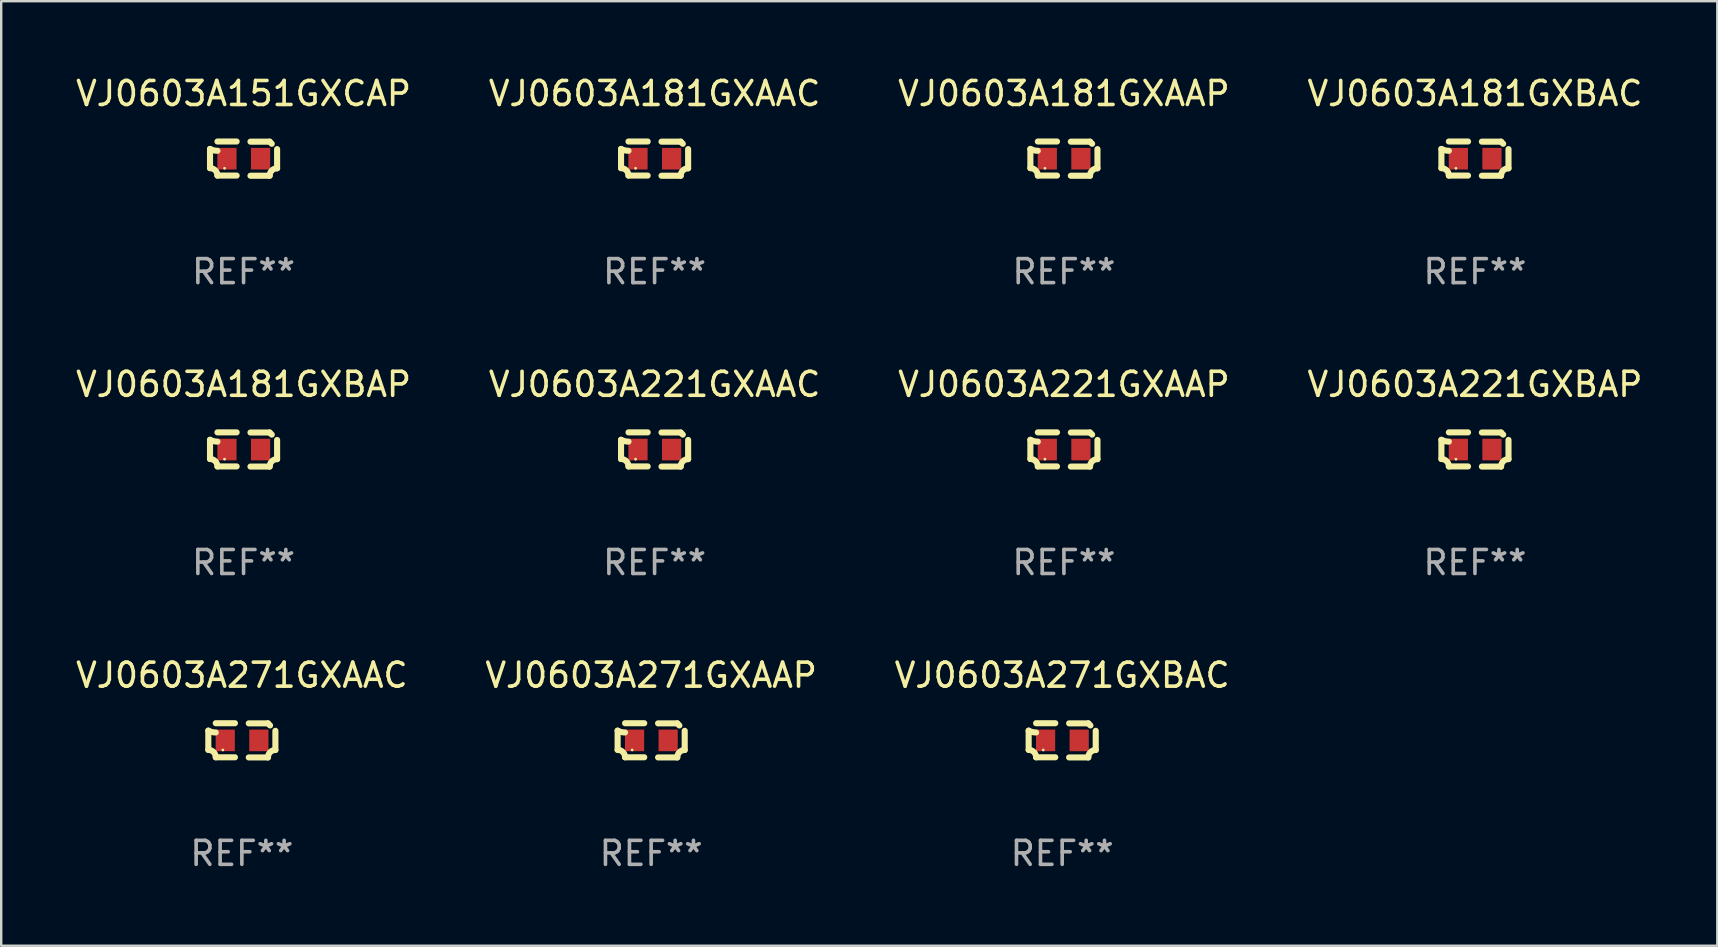
<source format=kicad_pcb>
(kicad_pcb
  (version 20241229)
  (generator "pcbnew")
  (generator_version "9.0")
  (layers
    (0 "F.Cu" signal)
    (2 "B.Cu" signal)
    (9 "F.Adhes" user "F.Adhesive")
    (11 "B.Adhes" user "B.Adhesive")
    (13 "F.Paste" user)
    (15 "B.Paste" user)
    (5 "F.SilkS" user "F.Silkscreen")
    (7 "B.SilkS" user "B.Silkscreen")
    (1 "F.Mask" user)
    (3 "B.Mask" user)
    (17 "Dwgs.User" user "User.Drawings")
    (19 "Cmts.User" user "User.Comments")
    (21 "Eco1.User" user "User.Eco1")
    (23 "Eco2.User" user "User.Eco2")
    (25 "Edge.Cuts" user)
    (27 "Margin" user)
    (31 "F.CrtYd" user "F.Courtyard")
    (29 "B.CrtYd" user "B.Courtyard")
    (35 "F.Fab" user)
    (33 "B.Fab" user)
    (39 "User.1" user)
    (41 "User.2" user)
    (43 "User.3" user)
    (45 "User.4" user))
  (footprint "VJ0603A271GXBAC"
    (layer "F.Cu")
    (at 41.22 27.805)
    (property "Reference" "VJ0603A271GXBAC" (at 0 -2.713 0) (layer "F.SilkS") (effects (font (size 1 1) (thickness 0.15))))
    (attr through_hole)
    (fp_line (start -1.398 -0.403) (end -1.398 0.397) (stroke (width 0.254) (type solid)) (layer "F.SilkS"))
    (fp_line (start -0.288 -0.713) (end -1.088 -0.713) (stroke (width 0.254) (type solid)) (layer "F.SilkS"))
    (fp_line (start -0.288 0.707) (end -1.088 0.707) (stroke (width 0.254) (type solid)) (layer "F.SilkS"))
    (fp_line (start 0.288 -0.707) (end 1.088 -0.707) (stroke (width 0.254) (type solid)) (layer "F.SilkS"))
    (fp_line (start 0.288 0.713) (end 1.088 0.713) (stroke (width 0.254) (type solid)) (layer "F.SilkS"))
    (fp_line (start 1.398 -0.397) (end 1.398 0.403) (stroke (width 0.254) (type solid)) (layer "F.SilkS"))
    (fp_arc (start -1.397789 0.397066) (mid -1.178701 0.487826) (end -1.08796 0.706922) (stroke (width 0.254001) (type solid)) (layer "F.SilkS"))
    (fp_arc (start -1.08796 -0.327176) (mid -1.247436 -0.346384) (end -1.39779 -0.402908) (stroke (width 0.254001) (type solid)) (layer "F.SilkS"))
    (fp_arc (start 1.087909 0.712738) (mid 1.178656 0.493655) (end 1.397739 0.402908) (stroke (width 0.254001) (type solid)) (layer "F.SilkS"))
    (fp_arc (start 1.175925 -0.618926) (mid 1.131917 -0.662923) (end 1.08791 -0.706922) (stroke (width 0.254001) (type solid)) (layer "F.SilkS"))
    (fp_circle (center -0.792 0.403) (end -0.762 0.403) (stroke (width 0.06) (type solid)) (fill no) (layer "F.SilkS"))
    (fp_text user "REF**" (at 0 4.713 0) (layer "F.Fab") (effects (font (size 1 1) (thickness 0.15))))
    (pad "1" smd rect (at -0.692 0.003) (size 0.8 0.9) (layers "F.Cu" "F.Mask" "F.Paste"))
    (pad "2" smd rect (at 0.708 0.003) (size 0.8 0.9) (layers "F.Cu" "F.Mask" "F.Paste")))
  (footprint "VJ0603A181GXBAC"
    (layer "F.Cu")
    (at 58.423 3.561)
    (property "Reference" "VJ0603A181GXBAC" (at 0 -2.713 0) (layer "F.SilkS") (effects (font (size 1 1) (thickness 0.15))))
    (attr through_hole)
    (fp_line (start -1.398 -0.403) (end -1.398 0.397) (stroke (width 0.254) (type solid)) (layer "F.SilkS"))
    (fp_line (start -0.288 -0.713) (end -1.088 -0.713) (stroke (width 0.254) (type solid)) (layer "F.SilkS"))
    (fp_line (start -0.288 0.707) (end -1.088 0.707) (stroke (width 0.254) (type solid)) (layer "F.SilkS"))
    (fp_line (start 0.288 -0.707) (end 1.088 -0.707) (stroke (width 0.254) (type solid)) (layer "F.SilkS"))
    (fp_line (start 0.288 0.713) (end 1.088 0.713) (stroke (width 0.254) (type solid)) (layer "F.SilkS"))
    (fp_line (start 1.398 -0.397) (end 1.398 0.403) (stroke (width 0.254) (type solid)) (layer "F.SilkS"))
    (fp_arc (start -1.397789 0.397066) (mid -1.178701 0.487826) (end -1.08796 0.706922) (stroke (width 0.254001) (type solid)) (layer "F.SilkS"))
    (fp_arc (start -1.08796 -0.327176) (mid -1.247436 -0.346384) (end -1.39779 -0.402908) (stroke (width 0.254001) (type solid)) (layer "F.SilkS"))
    (fp_arc (start 1.087909 0.712738) (mid 1.178656 0.493655) (end 1.397739 0.402908) (stroke (width 0.254001) (type solid)) (layer "F.SilkS"))
    (fp_arc (start 1.175925 -0.618926) (mid 1.131917 -0.662923) (end 1.08791 -0.706922) (stroke (width 0.254001) (type solid)) (layer "F.SilkS"))
    (fp_circle (center -0.792 0.403) (end -0.762 0.403) (stroke (width 0.06) (type solid)) (fill no) (layer "F.SilkS"))
    (fp_text user "REF**" (at 0 4.713 0) (layer "F.Fab") (effects (font (size 1 1) (thickness 0.15))))
    (pad "1" smd rect (at -0.692 0.003) (size 0.8 0.9) (layers "F.Cu" "F.Mask" "F.Paste"))
    (pad "2" smd rect (at 0.708 0.003) (size 0.8 0.9) (layers "F.Cu" "F.Mask" "F.Paste")))
  (footprint "VJ0603A181GXBAP"
    (layer "F.Cu")
    (at 7.101 15.683)
    (property "Reference" "VJ0603A181GXBAP" (at 0 -2.713 0) (layer "F.SilkS") (effects (font (size 1 1) (thickness 0.15))))
    (attr through_hole)
    (fp_line (start -1.398 -0.403) (end -1.398 0.397) (stroke (width 0.254) (type solid)) (layer "F.SilkS"))
    (fp_line (start -0.288 -0.713) (end -1.088 -0.713) (stroke (width 0.254) (type solid)) (layer "F.SilkS"))
    (fp_line (start -0.288 0.707) (end -1.088 0.707) (stroke (width 0.254) (type solid)) (layer "F.SilkS"))
    (fp_line (start 0.288 -0.707) (end 1.088 -0.707) (stroke (width 0.254) (type solid)) (layer "F.SilkS"))
    (fp_line (start 0.288 0.713) (end 1.088 0.713) (stroke (width 0.254) (type solid)) (layer "F.SilkS"))
    (fp_line (start 1.398 -0.397) (end 1.398 0.403) (stroke (width 0.254) (type solid)) (layer "F.SilkS"))
    (fp_arc (start -1.397789 0.397066) (mid -1.178701 0.487826) (end -1.08796 0.706922) (stroke (width 0.254001) (type solid)) (layer "F.SilkS"))
    (fp_arc (start -1.08796 -0.327176) (mid -1.247436 -0.346384) (end -1.39779 -0.402908) (stroke (width 0.254001) (type solid)) (layer "F.SilkS"))
    (fp_arc (start 1.087909 0.712738) (mid 1.178656 0.493655) (end 1.397739 0.402908) (stroke (width 0.254001) (type solid)) (layer "F.SilkS"))
    (fp_arc (start 1.175925 -0.618926) (mid 1.131917 -0.662923) (end 1.08791 -0.706922) (stroke (width 0.254001) (type solid)) (layer "F.SilkS"))
    (fp_circle (center -0.792 0.403) (end -0.762 0.403) (stroke (width 0.06) (type solid)) (fill no) (layer "F.SilkS"))
    (fp_text user "REF**" (at 0 4.713 0) (layer "F.Fab") (effects (font (size 1 1) (thickness 0.15))))
    (pad "1" smd rect (at -0.692 0.003) (size 0.8 0.9) (layers "F.Cu" "F.Mask" "F.Paste"))
    (pad "2" smd rect (at 0.708 0.003) (size 0.8 0.9) (layers "F.Cu" "F.Mask" "F.Paste")))
  (footprint "VJ0603A221GXBAP"
    (layer "F.Cu")
    (at 58.423 15.683)
    (property "Reference" "VJ0603A221GXBAP" (at 0 -2.713 0) (layer "F.SilkS") (effects (font (size 1 1) (thickness 0.15))))
    (attr through_hole)
    (fp_line (start -1.398 -0.403) (end -1.398 0.397) (stroke (width 0.254) (type solid)) (layer "F.SilkS"))
    (fp_line (start -0.288 -0.713) (end -1.088 -0.713) (stroke (width 0.254) (type solid)) (layer "F.SilkS"))
    (fp_line (start -0.288 0.707) (end -1.088 0.707) (stroke (width 0.254) (type solid)) (layer "F.SilkS"))
    (fp_line (start 0.288 -0.707) (end 1.088 -0.707) (stroke (width 0.254) (type solid)) (layer "F.SilkS"))
    (fp_line (start 0.288 0.713) (end 1.088 0.713) (stroke (width 0.254) (type solid)) (layer "F.SilkS"))
    (fp_line (start 1.398 -0.397) (end 1.398 0.403) (stroke (width 0.254) (type solid)) (layer "F.SilkS"))
    (fp_arc (start -1.397789 0.397066) (mid -1.178701 0.487826) (end -1.08796 0.706922) (stroke (width 0.254001) (type solid)) (layer "F.SilkS"))
    (fp_arc (start -1.08796 -0.327176) (mid -1.247436 -0.346384) (end -1.39779 -0.402908) (stroke (width 0.254001) (type solid)) (layer "F.SilkS"))
    (fp_arc (start 1.087909 0.712738) (mid 1.178656 0.493655) (end 1.397739 0.402908) (stroke (width 0.254001) (type solid)) (layer "F.SilkS"))
    (fp_arc (start 1.175925 -0.618926) (mid 1.131917 -0.662923) (end 1.08791 -0.706922) (stroke (width 0.254001) (type solid)) (layer "F.SilkS"))
    (fp_circle (center -0.792 0.403) (end -0.762 0.403) (stroke (width 0.06) (type solid)) (fill no) (layer "F.SilkS"))
    (fp_text user "REF**" (at 0 4.713 0) (layer "F.Fab") (effects (font (size 1 1) (thickness 0.15))))
    (pad "1" smd rect (at -0.692 0.003) (size 0.8 0.9) (layers "F.Cu" "F.Mask" "F.Paste"))
    (pad "2" smd rect (at 0.708 0.003) (size 0.8 0.9) (layers "F.Cu" "F.Mask" "F.Paste")))
  (footprint "VJ0603A271GXAAP"
    (layer "F.Cu")
    (at 24.089 27.805)
    (property "Reference" "VJ0603A271GXAAP" (at 0 -2.713 0) (layer "F.SilkS") (effects (font (size 1 1) (thickness 0.15))))
    (attr through_hole)
    (fp_line (start -1.398 -0.403) (end -1.398 0.397) (stroke (width 0.254) (type solid)) (layer "F.SilkS"))
    (fp_line (start -0.288 -0.713) (end -1.088 -0.713) (stroke (width 0.254) (type solid)) (layer "F.SilkS"))
    (fp_line (start -0.288 0.707) (end -1.088 0.707) (stroke (width 0.254) (type solid)) (layer "F.SilkS"))
    (fp_line (start 0.288 -0.707) (end 1.088 -0.707) (stroke (width 0.254) (type solid)) (layer "F.SilkS"))
    (fp_line (start 0.288 0.713) (end 1.088 0.713) (stroke (width 0.254) (type solid)) (layer "F.SilkS"))
    (fp_line (start 1.398 -0.397) (end 1.398 0.403) (stroke (width 0.254) (type solid)) (layer "F.SilkS"))
    (fp_arc (start -1.397789 0.397066) (mid -1.178701 0.487826) (end -1.08796 0.706922) (stroke (width 0.254001) (type solid)) (layer "F.SilkS"))
    (fp_arc (start -1.08796 -0.327176) (mid -1.247436 -0.346384) (end -1.39779 -0.402908) (stroke (width 0.254001) (type solid)) (layer "F.SilkS"))
    (fp_arc (start 1.087909 0.712738) (mid 1.178656 0.493655) (end 1.397739 0.402908) (stroke (width 0.254001) (type solid)) (layer "F.SilkS"))
    (fp_arc (start 1.175925 -0.618926) (mid 1.131917 -0.662923) (end 1.08791 -0.706922) (stroke (width 0.254001) (type solid)) (layer "F.SilkS"))
    (fp_circle (center -0.792 0.403) (end -0.762 0.403) (stroke (width 0.06) (type solid)) (fill no) (layer "F.SilkS"))
    (fp_text user "REF**" (at 0 4.713 0) (layer "F.Fab") (effects (font (size 1 1) (thickness 0.15))))
    (pad "1" smd rect (at -0.692 0.003) (size 0.8 0.9) (layers "F.Cu" "F.Mask" "F.Paste"))
    (pad "2" smd rect (at 0.708 0.003) (size 0.8 0.9) (layers "F.Cu" "F.Mask" "F.Paste")))
  (footprint "VJ0603A181GXAAP"
    (layer "F.Cu")
    (at 41.292 3.561)
    (property "Reference" "VJ0603A181GXAAP" (at 0 -2.713 0) (layer "F.SilkS") (effects (font (size 1 1) (thickness 0.15))))
    (attr through_hole)
    (fp_line (start -1.398 -0.403) (end -1.398 0.397) (stroke (width 0.254) (type solid)) (layer "F.SilkS"))
    (fp_line (start -0.288 -0.713) (end -1.088 -0.713) (stroke (width 0.254) (type solid)) (layer "F.SilkS"))
    (fp_line (start -0.288 0.707) (end -1.088 0.707) (stroke (width 0.254) (type solid)) (layer "F.SilkS"))
    (fp_line (start 0.288 -0.707) (end 1.088 -0.707) (stroke (width 0.254) (type solid)) (layer "F.SilkS"))
    (fp_line (start 0.288 0.713) (end 1.088 0.713) (stroke (width 0.254) (type solid)) (layer "F.SilkS"))
    (fp_line (start 1.398 -0.397) (end 1.398 0.403) (stroke (width 0.254) (type solid)) (layer "F.SilkS"))
    (fp_arc (start -1.397789 0.397066) (mid -1.178701 0.487826) (end -1.08796 0.706922) (stroke (width 0.254001) (type solid)) (layer "F.SilkS"))
    (fp_arc (start -1.08796 -0.327176) (mid -1.247436 -0.346384) (end -1.39779 -0.402908) (stroke (width 0.254001) (type solid)) (layer "F.SilkS"))
    (fp_arc (start 1.087909 0.712738) (mid 1.178656 0.493655) (end 1.397739 0.402908) (stroke (width 0.254001) (type solid)) (layer "F.SilkS"))
    (fp_arc (start 1.175925 -0.618926) (mid 1.131917 -0.662923) (end 1.08791 -0.706922) (stroke (width 0.254001) (type solid)) (layer "F.SilkS"))
    (fp_circle (center -0.792 0.403) (end -0.762 0.403) (stroke (width 0.06) (type solid)) (fill no) (layer "F.SilkS"))
    (fp_text user "REF**" (at 0 4.713 0) (layer "F.Fab") (effects (font (size 1 1) (thickness 0.15))))
    (pad "1" smd rect (at -0.692 0.003) (size 0.8 0.9) (layers "F.Cu" "F.Mask" "F.Paste"))
    (pad "2" smd rect (at 0.708 0.003) (size 0.8 0.9) (layers "F.Cu" "F.Mask" "F.Paste")))
  (footprint "VJ0603A221GXAAC"
    (layer "F.Cu")
    (at 24.232 15.683)
    (property "Reference" "VJ0603A221GXAAC" (at 0 -2.713 0) (layer "F.SilkS") (effects (font (size 1 1) (thickness 0.15))))
    (attr through_hole)
    (fp_line (start -1.398 -0.403) (end -1.398 0.397) (stroke (width 0.254) (type solid)) (layer "F.SilkS"))
    (fp_line (start -0.288 -0.713) (end -1.088 -0.713) (stroke (width 0.254) (type solid)) (layer "F.SilkS"))
    (fp_line (start -0.288 0.707) (end -1.088 0.707) (stroke (width 0.254) (type solid)) (layer "F.SilkS"))
    (fp_line (start 0.288 -0.707) (end 1.088 -0.707) (stroke (width 0.254) (type solid)) (layer "F.SilkS"))
    (fp_line (start 0.288 0.713) (end 1.088 0.713) (stroke (width 0.254) (type solid)) (layer "F.SilkS"))
    (fp_line (start 1.398 -0.397) (end 1.398 0.403) (stroke (width 0.254) (type solid)) (layer "F.SilkS"))
    (fp_arc (start -1.397789 0.397066) (mid -1.178701 0.487826) (end -1.08796 0.706922) (stroke (width 0.254001) (type solid)) (layer "F.SilkS"))
    (fp_arc (start -1.08796 -0.327176) (mid -1.247436 -0.346384) (end -1.39779 -0.402908) (stroke (width 0.254001) (type solid)) (layer "F.SilkS"))
    (fp_arc (start 1.087909 0.712738) (mid 1.178656 0.493655) (end 1.397739 0.402908) (stroke (width 0.254001) (type solid)) (layer "F.SilkS"))
    (fp_arc (start 1.175925 -0.618926) (mid 1.131917 -0.662923) (end 1.08791 -0.706922) (stroke (width 0.254001) (type solid)) (layer "F.SilkS"))
    (fp_circle (center -0.792 0.403) (end -0.762 0.403) (stroke (width 0.06) (type solid)) (fill no) (layer "F.SilkS"))
    (fp_text user "REF**" (at 0 4.713 0) (layer "F.Fab") (effects (font (size 1 1) (thickness 0.15))))
    (pad "1" smd rect (at -0.692 0.003) (size 0.8 0.9) (layers "F.Cu" "F.Mask" "F.Paste"))
    (pad "2" smd rect (at 0.708 0.003) (size 0.8 0.9) (layers "F.Cu" "F.Mask" "F.Paste")))
  (footprint "VJ0603A221GXAAP"
    (layer "F.Cu")
    (at 41.292 15.683)
    (property "Reference" "VJ0603A221GXAAP" (at 0 -2.713 0) (layer "F.SilkS") (effects (font (size 1 1) (thickness 0.15))))
    (attr through_hole)
    (fp_line (start -1.398 -0.403) (end -1.398 0.397) (stroke (width 0.254) (type solid)) (layer "F.SilkS"))
    (fp_line (start -0.288 -0.713) (end -1.088 -0.713) (stroke (width 0.254) (type solid)) (layer "F.SilkS"))
    (fp_line (start -0.288 0.707) (end -1.088 0.707) (stroke (width 0.254) (type solid)) (layer "F.SilkS"))
    (fp_line (start 0.288 -0.707) (end 1.088 -0.707) (stroke (width 0.254) (type solid)) (layer "F.SilkS"))
    (fp_line (start 0.288 0.713) (end 1.088 0.713) (stroke (width 0.254) (type solid)) (layer "F.SilkS"))
    (fp_line (start 1.398 -0.397) (end 1.398 0.403) (stroke (width 0.254) (type solid)) (layer "F.SilkS"))
    (fp_arc (start -1.397789 0.397066) (mid -1.178701 0.487826) (end -1.08796 0.706922) (stroke (width 0.254001) (type solid)) (layer "F.SilkS"))
    (fp_arc (start -1.08796 -0.327176) (mid -1.247436 -0.346384) (end -1.39779 -0.402908) (stroke (width 0.254001) (type solid)) (layer "F.SilkS"))
    (fp_arc (start 1.087909 0.712738) (mid 1.178656 0.493655) (end 1.397739 0.402908) (stroke (width 0.254001) (type solid)) (layer "F.SilkS"))
    (fp_arc (start 1.175925 -0.618926) (mid 1.131917 -0.662923) (end 1.08791 -0.706922) (stroke (width 0.254001) (type solid)) (layer "F.SilkS"))
    (fp_circle (center -0.792 0.403) (end -0.762 0.403) (stroke (width 0.06) (type solid)) (fill no) (layer "F.SilkS"))
    (fp_text user "REF**" (at 0 4.713 0) (layer "F.Fab") (effects (font (size 1 1) (thickness 0.15))))
    (pad "1" smd rect (at -0.692 0.003) (size 0.8 0.9) (layers "F.Cu" "F.Mask" "F.Paste"))
    (pad "2" smd rect (at 0.708 0.003) (size 0.8 0.9) (layers "F.Cu" "F.Mask" "F.Paste")))
  (footprint "VJ0603A271GXAAC"
    (layer "F.Cu")
    (at 7.03 27.805)
    (property "Reference" "VJ0603A271GXAAC" (at 0 -2.713 0) (layer "F.SilkS") (effects (font (size 1 1) (thickness 0.15))))
    (attr through_hole)
    (fp_line (start -1.398 -0.403) (end -1.398 0.397) (stroke (width 0.254) (type solid)) (layer "F.SilkS"))
    (fp_line (start -0.288 -0.713) (end -1.088 -0.713) (stroke (width 0.254) (type solid)) (layer "F.SilkS"))
    (fp_line (start -0.288 0.707) (end -1.088 0.707) (stroke (width 0.254) (type solid)) (layer "F.SilkS"))
    (fp_line (start 0.288 -0.707) (end 1.088 -0.707) (stroke (width 0.254) (type solid)) (layer "F.SilkS"))
    (fp_line (start 0.288 0.713) (end 1.088 0.713) (stroke (width 0.254) (type solid)) (layer "F.SilkS"))
    (fp_line (start 1.398 -0.397) (end 1.398 0.403) (stroke (width 0.254) (type solid)) (layer "F.SilkS"))
    (fp_arc (start -1.397789 0.397066) (mid -1.178701 0.487826) (end -1.08796 0.706922) (stroke (width 0.254001) (type solid)) (layer "F.SilkS"))
    (fp_arc (start -1.08796 -0.327176) (mid -1.247436 -0.346384) (end -1.39779 -0.402908) (stroke (width 0.254001) (type solid)) (layer "F.SilkS"))
    (fp_arc (start 1.087909 0.712738) (mid 1.178656 0.493655) (end 1.397739 0.402908) (stroke (width 0.254001) (type solid)) (layer "F.SilkS"))
    (fp_arc (start 1.175925 -0.618926) (mid 1.131917 -0.662923) (end 1.08791 -0.706922) (stroke (width 0.254001) (type solid)) (layer "F.SilkS"))
    (fp_circle (center -0.792 0.403) (end -0.762 0.403) (stroke (width 0.06) (type solid)) (fill no) (layer "F.SilkS"))
    (fp_text user "REF**" (at 0 4.713 0) (layer "F.Fab") (effects (font (size 1 1) (thickness 0.15))))
    (pad "1" smd rect (at -0.692 0.003) (size 0.8 0.9) (layers "F.Cu" "F.Mask" "F.Paste"))
    (pad "2" smd rect (at 0.708 0.003) (size 0.8 0.9) (layers "F.Cu" "F.Mask" "F.Paste")))
  (footprint "VJ0603A181GXAAC"
    (layer "F.Cu")
    (at 24.232 3.561)
    (property "Reference" "VJ0603A181GXAAC" (at 0 -2.713 0) (layer "F.SilkS") (effects (font (size 1 1) (thickness 0.15))))
    (attr through_hole)
    (fp_line (start -1.398 -0.403) (end -1.398 0.397) (stroke (width 0.254) (type solid)) (layer "F.SilkS"))
    (fp_line (start -0.288 -0.713) (end -1.088 -0.713) (stroke (width 0.254) (type solid)) (layer "F.SilkS"))
    (fp_line (start -0.288 0.707) (end -1.088 0.707) (stroke (width 0.254) (type solid)) (layer "F.SilkS"))
    (fp_line (start 0.288 -0.707) (end 1.088 -0.707) (stroke (width 0.254) (type solid)) (layer "F.SilkS"))
    (fp_line (start 0.288 0.713) (end 1.088 0.713) (stroke (width 0.254) (type solid)) (layer "F.SilkS"))
    (fp_line (start 1.398 -0.397) (end 1.398 0.403) (stroke (width 0.254) (type solid)) (layer "F.SilkS"))
    (fp_arc (start -1.397789 0.397066) (mid -1.178701 0.487826) (end -1.08796 0.706922) (stroke (width 0.254001) (type solid)) (layer "F.SilkS"))
    (fp_arc (start -1.08796 -0.327176) (mid -1.247436 -0.346384) (end -1.39779 -0.402908) (stroke (width 0.254001) (type solid)) (layer "F.SilkS"))
    (fp_arc (start 1.087909 0.712738) (mid 1.178656 0.493655) (end 1.397739 0.402908) (stroke (width 0.254001) (type solid)) (layer "F.SilkS"))
    (fp_arc (start 1.175925 -0.618926) (mid 1.131917 -0.662923) (end 1.08791 -0.706922) (stroke (width 0.254001) (type solid)) (layer "F.SilkS"))
    (fp_circle (center -0.792 0.403) (end -0.762 0.403) (stroke (width 0.06) (type solid)) (fill no) (layer "F.SilkS"))
    (fp_text user "REF**" (at 0 4.713 0) (layer "F.Fab") (effects (font (size 1 1) (thickness 0.15))))
    (pad "1" smd rect (at -0.692 0.003) (size 0.8 0.9) (layers "F.Cu" "F.Mask" "F.Paste"))
    (pad "2" smd rect (at 0.708 0.003) (size 0.8 0.9) (layers "F.Cu" "F.Mask" "F.Paste")))
  (footprint "VJ0603A151GXCAP"
    (layer "F.Cu")
    (at 7.101 3.561)
    (property "Reference" "VJ0603A151GXCAP" (at 0 -2.713 0) (layer "F.SilkS") (effects (font (size 1 1) (thickness 0.15))))
    (attr through_hole)
    (fp_line (start -1.398 -0.403) (end -1.398 0.397) (stroke (width 0.254) (type solid)) (layer "F.SilkS"))
    (fp_line (start -0.288 -0.713) (end -1.088 -0.713) (stroke (width 0.254) (type solid)) (layer "F.SilkS"))
    (fp_line (start -0.288 0.707) (end -1.088 0.707) (stroke (width 0.254) (type solid)) (layer "F.SilkS"))
    (fp_line (start 0.288 -0.707) (end 1.088 -0.707) (stroke (width 0.254) (type solid)) (layer "F.SilkS"))
    (fp_line (start 0.288 0.713) (end 1.088 0.713) (stroke (width 0.254) (type solid)) (layer "F.SilkS"))
    (fp_line (start 1.398 -0.397) (end 1.398 0.403) (stroke (width 0.254) (type solid)) (layer "F.SilkS"))
    (fp_arc (start -1.397789 0.397066) (mid -1.178701 0.487826) (end -1.08796 0.706922) (stroke (width 0.254001) (type solid)) (layer "F.SilkS"))
    (fp_arc (start -1.08796 -0.327176) (mid -1.247436 -0.346384) (end -1.39779 -0.402908) (stroke (width 0.254001) (type solid)) (layer "F.SilkS"))
    (fp_arc (start 1.087909 0.712738) (mid 1.178656 0.493655) (end 1.397739 0.402908) (stroke (width 0.254001) (type solid)) (layer "F.SilkS"))
    (fp_arc (start 1.175925 -0.618926) (mid 1.131917 -0.662923) (end 1.08791 -0.706922) (stroke (width 0.254001) (type solid)) (layer "F.SilkS"))
    (fp_circle (center -0.792 0.403) (end -0.762 0.403) (stroke (width 0.06) (type solid)) (fill no) (layer "F.SilkS"))
    (fp_text user "REF**" (at 0 4.713 0) (layer "F.Fab") (effects (font (size 1 1) (thickness 0.15))))
    (pad "1" smd rect (at -0.692 0.003) (size 0.8 0.9) (layers "F.Cu" "F.Mask" "F.Paste"))
    (pad "2" smd rect (at 0.708 0.003) (size 0.8 0.9) (layers "F.Cu" "F.Mask" "F.Paste")))
  (gr_rect
    (start -3 -3)
    (end 68.524 36.366)
    (stroke (width 0.1) (type default))
    (fill no)
    (layer "Edge.Cuts")))
</source>
